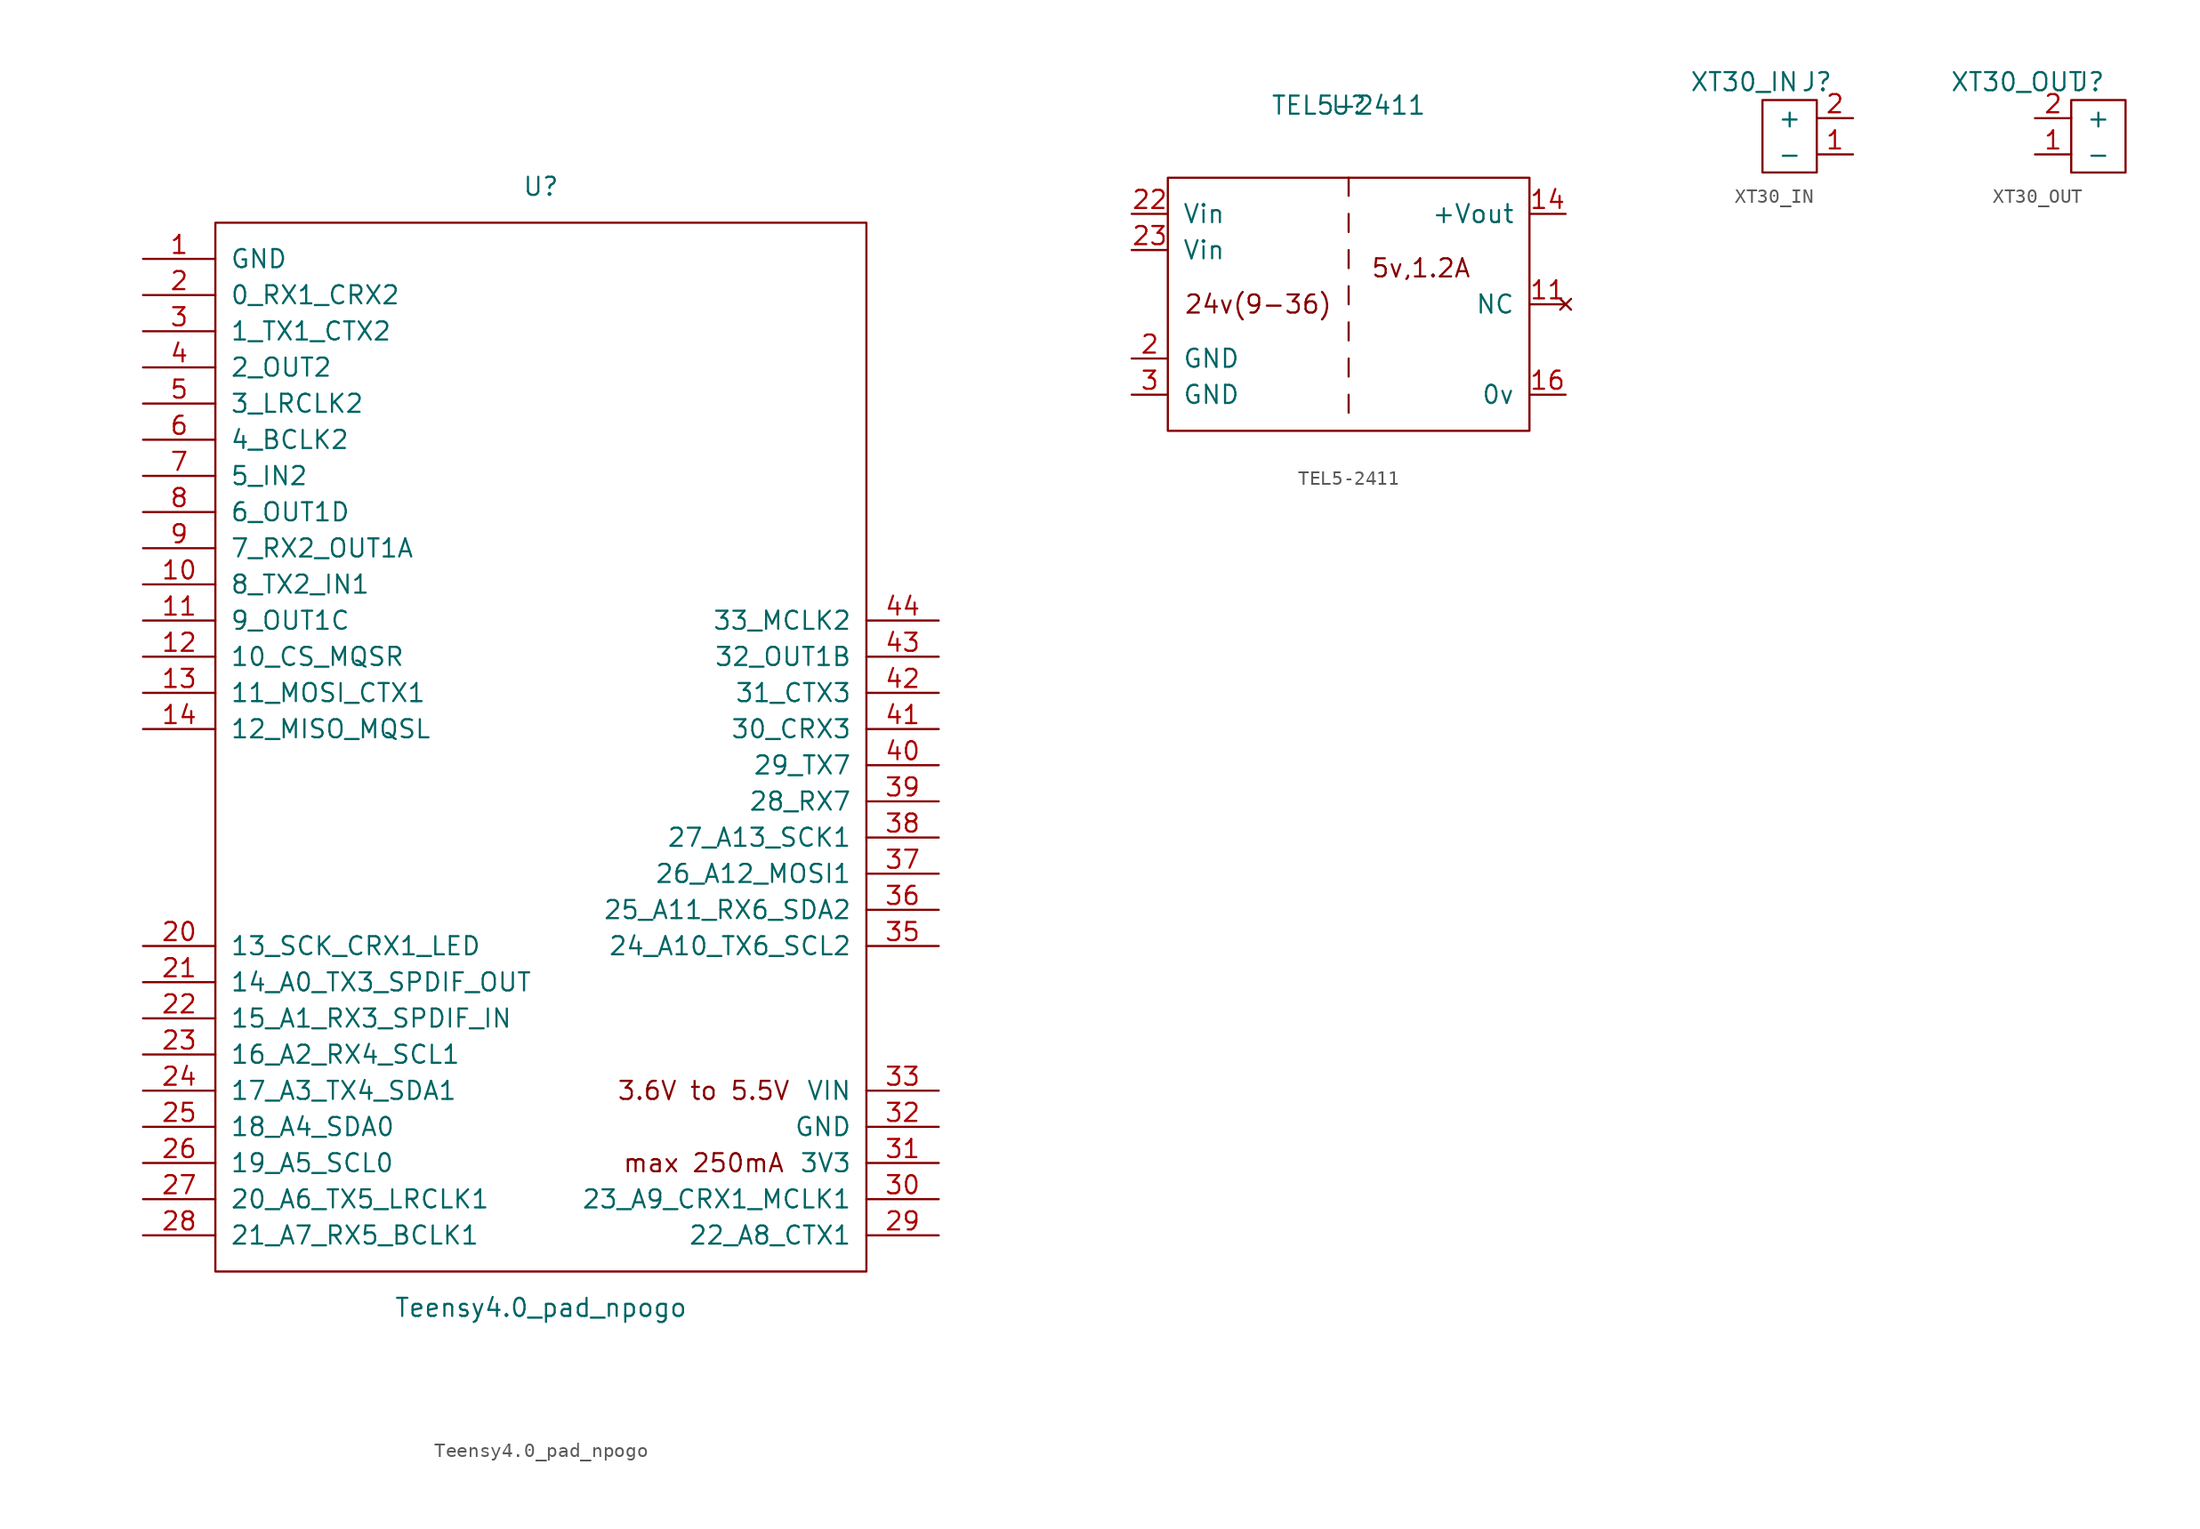
<source format=kicad_sym>
(kicad_symbol_lib
  (version 20220914)
  (generator kicad_symbol_editor)
  (symbol "Teensy4.0_pad_npogo"
    (pin_names
      (offset 1.016))
    (property "Reference" "U"
      (at 0 39.37 0)
      (effects (font (size 1.27 1.27))))
    (property "Value" "Teensy4.0_pad_npogo"
      (at 0 -39.37 0)
      (effects (font (size 1.27 1.27))))
    (symbol "Teensy4.0_pad_npogo_0_0"
      (text "3.6V to 5.5V" (at 11.43 -24.13 0) (effects (font (size 1.27 1.27))))
      (text "max 250mA" (at 11.43 -29.21 0) (effects (font (size 1.27 1.27))))
      (pin bidirectional line (at -27.94 11.43 0) (length 5.08) (name "8_TX2_IN1" (effects (font (size 1.27 1.27)))) (number "10" (effects (font (size 1.27 1.27)))))
      (pin bidirectional line (at -27.94 8.89 0) (length 5.08) (name "9_OUT1C" (effects (font (size 1.27 1.27)))) (number "11" (effects (font (size 1.27 1.27)))))
      (pin bidirectional line (at -27.94 6.35 0) (length 5.08) (name "10_CS_MQSR" (effects (font (size 1.27 1.27)))) (number "12" (effects (font (size 1.27 1.27)))))
      (pin bidirectional line (at -27.94 3.81 0) (length 5.08) (name "11_MOSI_CTX1" (effects (font (size 1.27 1.27)))) (number "13" (effects (font (size 1.27 1.27)))))
      (pin bidirectional line (at -27.94 1.27 0) (length 5.08) (name "12_MISO_MQSL" (effects (font (size 1.27 1.27)))) (number "14" (effects (font (size 1.27 1.27)))))
      (pin bidirectional line (at -27.94 -13.97 0) (length 5.08) (name "13_SCK_CRX1_LED" (effects (font (size 1.27 1.27)))) (number "20" (effects (font (size 1.27 1.27)))))
      (pin bidirectional line (at -27.94 -16.51 0) (length 5.08) (name "14_A0_TX3_SPDIF_OUT" (effects (font (size 1.27 1.27)))) (number "21" (effects (font (size 1.27 1.27)))))
      (pin bidirectional line (at -27.94 -19.05 0) (length 5.08) (name "15_A1_RX3_SPDIF_IN" (effects (font (size 1.27 1.27)))) (number "22" (effects (font (size 1.27 1.27)))))
      (pin bidirectional line (at -27.94 -21.59 0) (length 5.08) (name "16_A2_RX4_SCL1" (effects (font (size 1.27 1.27)))) (number "23" (effects (font (size 1.27 1.27)))))
      (pin bidirectional line (at -27.94 -24.13 0) (length 5.08) (name "17_A3_TX4_SDA1" (effects (font (size 1.27 1.27)))) (number "24" (effects (font (size 1.27 1.27)))))
      (pin bidirectional line (at -27.94 -26.67 0) (length 5.08) (name "18_A4_SDA0" (effects (font (size 1.27 1.27)))) (number "25" (effects (font (size 1.27 1.27)))))
      (pin bidirectional line (at -27.94 -29.21 0) (length 5.08) (name "19_A5_SCL0" (effects (font (size 1.27 1.27)))) (number "26" (effects (font (size 1.27 1.27)))))
      (pin bidirectional line (at -27.94 -31.75 0) (length 5.08) (name "20_A6_TX5_LRCLK1" (effects (font (size 1.27 1.27)))) (number "27" (effects (font (size 1.27 1.27)))))
      (pin bidirectional line (at -27.94 -34.29 0) (length 5.08) (name "21_A7_RX5_BCLK1" (effects (font (size 1.27 1.27)))) (number "28" (effects (font (size 1.27 1.27)))))
      (pin bidirectional line (at 27.94 -34.29 180) (length 5.08) (name "22_A8_CTX1" (effects (font (size 1.27 1.27)))) (number "29" (effects (font (size 1.27 1.27)))))
      (pin bidirectional line (at 27.94 -31.75 180) (length 5.08) (name "23_A9_CRX1_MCLK1" (effects (font (size 1.27 1.27)))) (number "30" (effects (font (size 1.27 1.27)))))
      (pin power_out line (at 27.94 -29.21 180) (length 5.08) (name "3V3" (effects (font (size 1.27 1.27)))) (number "31" (effects (font (size 1.27 1.27)))))
      (pin power_in line (at 27.94 -26.67 180) (length 5.08) (name "GND" (effects (font (size 1.27 1.27)))) (number "32" (effects (font (size 1.27 1.27)))))
      (pin power_in line (at 27.94 -24.13 180) (length 5.08) (name "VIN" (effects (font (size 1.27 1.27)))) (number "33" (effects (font (size 1.27 1.27)))))
      (pin bidirectional line (at 27.94 -13.97 180) (length 5.08) (name "24_A10_TX6_SCL2" (effects (font (size 1.27 1.27)))) (number "35" (effects (font (size 1.27 1.27)))))
      (pin bidirectional line (at 27.94 -11.43 180) (length 5.08) (name "25_A11_RX6_SDA2" (effects (font (size 1.27 1.27)))) (number "36" (effects (font (size 1.27 1.27)))))
      (pin bidirectional line (at 27.94 -8.89 180) (length 5.08) (name "26_A12_MOSI1" (effects (font (size 1.27 1.27)))) (number "37" (effects (font (size 1.27 1.27)))))
      (pin bidirectional line (at 27.94 -6.35 180) (length 5.08) (name "27_A13_SCK1" (effects (font (size 1.27 1.27)))) (number "38" (effects (font (size 1.27 1.27)))))
      (pin bidirectional line (at 27.94 -3.81 180) (length 5.08) (name "28_RX7" (effects (font (size 1.27 1.27)))) (number "39" (effects (font (size 1.27 1.27)))))
      (pin bidirectional line (at 27.94 -1.27 180) (length 5.08) (name "29_TX7" (effects (font (size 1.27 1.27)))) (number "40" (effects (font (size 1.27 1.27)))))
      (pin bidirectional line (at 27.94 1.27 180) (length 5.08) (name "30_CRX3" (effects (font (size 1.27 1.27)))) (number "41" (effects (font (size 1.27 1.27)))))
      (pin bidirectional line (at 27.94 3.81 180) (length 5.08) (name "31_CTX3" (effects (font (size 1.27 1.27)))) (number "42" (effects (font (size 1.27 1.27)))))
      (pin bidirectional line (at 27.94 6.35 180) (length 5.08) (name "32_OUT1B" (effects (font (size 1.27 1.27)))) (number "43" (effects (font (size 1.27 1.27)))))
      (pin bidirectional line (at 27.94 8.89 180) (length 5.08) (name "33_MCLK2" (effects (font (size 1.27 1.27)))) (number "44" (effects (font (size 1.27 1.27)))))
      (pin bidirectional line (at -27.94 24.13 0) (length 5.08) (name "3_LRCLK2" (effects (font (size 1.27 1.27)))) (number "5" (effects (font (size 1.27 1.27)))))
      (pin bidirectional line (at -27.94 21.59 0) (length 5.08) (name "4_BCLK2" (effects (font (size 1.27 1.27)))) (number "6" (effects (font (size 1.27 1.27)))))
      (pin bidirectional line (at -27.94 19.05 0) (length 5.08) (name "5_IN2" (effects (font (size 1.27 1.27)))) (number "7" (effects (font (size 1.27 1.27)))))
      (pin bidirectional line (at -27.94 16.51 0) (length 5.08) (name "6_OUT1D" (effects (font (size 1.27 1.27)))) (number "8" (effects (font (size 1.27 1.27)))))
      (pin bidirectional line (at -27.94 13.97 0) (length 5.08) (name "7_RX2_OUT1A" (effects (font (size 1.27 1.27)))) (number "9" (effects (font (size 1.27 1.27))))))
    (symbol "Teensy4.0_pad_npogo_0_1"
      (rectangle (start -22.86 36.83) (end 22.86 -36.83) (stroke (width 0) (type solid)) (fill (type none)))
      (rectangle (start -20.32 -31.75) (end -20.32 -31.75) (stroke (width 0) (type solid)) (fill (type none))))
    (symbol "Teensy4.0_pad_npogo_1_1"
      (pin power_in line (at -27.94 34.29 0) (length 5.08) (name "GND" (effects (font (size 1.27 1.27)))) (number "1" (effects (font (size 1.27 1.27)))))
      (pin bidirectional line (at -27.94 31.75 0) (length 5.08) (name "0_RX1_CRX2" (effects (font (size 1.27 1.27)))) (number "2" (effects (font (size 1.27 1.27)))))
      (pin bidirectional line (at -27.94 29.21 0) (length 5.08) (name "1_TX1_CTX2" (effects (font (size 1.27 1.27)))) (number "3" (effects (font (size 1.27 1.27)))))
      (pin bidirectional line (at -27.94 26.67 0) (length 5.08) (name "2_OUT2" (effects (font (size 1.27 1.27)))) (number "4" (effects (font (size 1.27 1.27)))))))
  (symbol "TEL5-2411"
    (pin_names
      (offset 1.016))
    (property "Reference" "U"
      (at 0 0 0)
      (effects (font (size 1.27 1.27))))
    (property "Value" "TEL5-2411"
      (at 0 0 0)
      (effects (font (size 1.27 1.27))))
    (symbol "TEL5-2411_0_0"
      (rectangle (start 0 -20.32) (end 0 -21.59) (stroke (width 0) (type solid)) (fill (type none)))
      (rectangle (start 0 -17.78) (end 0 -19.05) (stroke (width 0) (type solid)) (fill (type none)))
      (rectangle (start 0 -15.24) (end 0 -16.51) (stroke (width 0) (type solid)) (fill (type none)))
      (rectangle (start 0 -12.7) (end 0 -13.97) (stroke (width 0) (type solid)) (fill (type none)))
      (rectangle (start 0 -10.16) (end 0 -11.43) (stroke (width 0) (type solid)) (fill (type none)))
      (rectangle (start 0 -7.62) (end 0 -8.89) (stroke (width 0) (type solid)) (fill (type none)))
      (rectangle (start 0 -5.08) (end 0 -6.35) (stroke (width 0) (type solid)) (fill (type none)))
      (text "24v(9-36)" (at -6.35 -13.97 0) (effects (font (size 1.27 1.27))))
      (text "5v,1.2A" (at 5.08 -11.43 0) (effects (font (size 1.27 1.27)))))
    (symbol "TEL5-2411_0_1"
      (rectangle (start -12.7 -5.08) (end 12.7 -22.86) (stroke (width 0) (type solid)) (fill (type none))))
    (symbol "TEL5-2411_1_1"
      (pin no_connect line (at 15.24 -13.97 180) (length 2.54) (name "NC" (effects (font (size 1.27 1.27)))) (number "11" (effects (font (size 1.27 1.27)))))
      (pin input line (at 15.24 -7.62 180) (length 2.54) (name "+Vout" (effects (font (size 1.27 1.27)))) (number "14" (effects (font (size 1.27 1.27)))))
      (pin input line (at 15.24 -20.32 180) (length 2.54) (name "0v" (effects (font (size 1.27 1.27)))) (number "16" (effects (font (size 1.27 1.27)))))
      (pin input line (at -15.24 -17.78 0) (length 2.54) (name "GND" (effects (font (size 1.27 1.27)))) (number "2" (effects (font (size 1.27 1.27)))))
      (pin input line (at -15.24 -7.62 0) (length 2.54) (name "Vin" (effects (font (size 1.27 1.27)))) (number "22" (effects (font (size 1.27 1.27)))))
      (pin input line (at -15.24 -10.16 0) (length 2.54) (name "Vin" (effects (font (size 1.27 1.27)))) (number "23" (effects (font (size 1.27 1.27)))))
      (pin input line (at -15.24 -20.32 0) (length 2.54) (name "GND" (effects (font (size 1.27 1.27)))) (number "3" (effects (font (size 1.27 1.27)))))))
  (symbol "XT30_IN"
    (pin_names
      (offset 1.016))
    (property "Reference" "J"
      (at 1.27 3.81 0)
      (effects (font (size 1.27 1.27))))
    (property "Value" "XT30_IN"
      (at -3.81 3.81 0)
      (effects (font (size 1.27 1.27))))
    (symbol "XT30_IN_0_0"
      (rectangle (start -2.54 2.54) (end 1.27 -2.54) (stroke (width 0) (type solid)) (fill (type none))))
    (symbol "XT30_IN_1_1"
      (pin input line (at 3.81 -1.27 180) (length 2.54) (name "-" (effects (font (size 1.27 1.27)))) (number "1" (effects (font (size 1.27 1.27)))))
      (pin input line (at 3.81 1.27 180) (length 2.54) (name "+" (effects (font (size 1.27 1.27)))) (number "2" (effects (font (size 1.27 1.27)))))))
  (symbol "XT30_OUT"
    (pin_names
      (offset 1.016))
    (property "Reference" "J"
      (at 1.27 3.81 0)
      (effects (font (size 1.27 1.27))))
    (property "Value" "XT30_OUT"
      (at -3.81 3.81 0)
      (effects (font (size 1.27 1.27))))
    (symbol "XT30_OUT_0_0"
      (rectangle (start 3.81 2.54) (end 0 -2.54) (stroke (width 0) (type solid)) (fill (type none))))
    (symbol "XT30_OUT_1_1"
      (pin input line (at -2.54 -1.27 0) (length 2.54) (name "-" (effects (font (size 1.27 1.27)))) (number "1" (effects (font (size 1.27 1.27)))))
      (pin input line (at -2.54 1.27 0) (length 2.54) (name "+" (effects (font (size 1.27 1.27)))) (number "2" (effects (font (size 1.27 1.27))))))))
</source>
